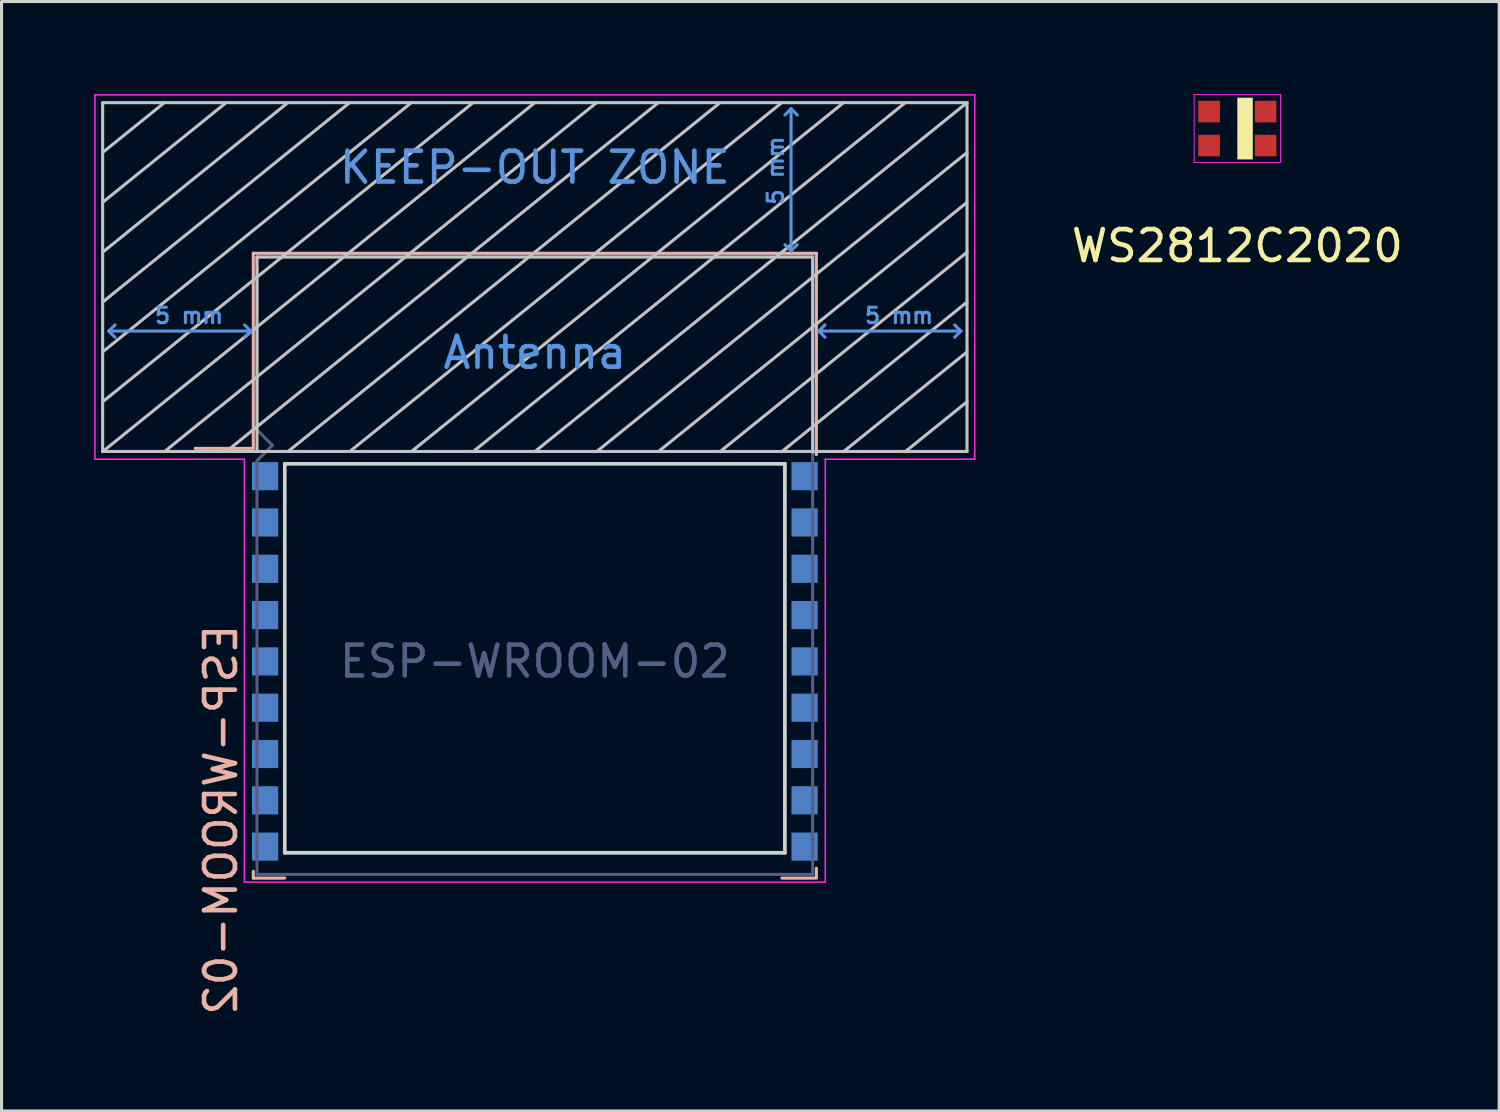
<source format=kicad_pcb>
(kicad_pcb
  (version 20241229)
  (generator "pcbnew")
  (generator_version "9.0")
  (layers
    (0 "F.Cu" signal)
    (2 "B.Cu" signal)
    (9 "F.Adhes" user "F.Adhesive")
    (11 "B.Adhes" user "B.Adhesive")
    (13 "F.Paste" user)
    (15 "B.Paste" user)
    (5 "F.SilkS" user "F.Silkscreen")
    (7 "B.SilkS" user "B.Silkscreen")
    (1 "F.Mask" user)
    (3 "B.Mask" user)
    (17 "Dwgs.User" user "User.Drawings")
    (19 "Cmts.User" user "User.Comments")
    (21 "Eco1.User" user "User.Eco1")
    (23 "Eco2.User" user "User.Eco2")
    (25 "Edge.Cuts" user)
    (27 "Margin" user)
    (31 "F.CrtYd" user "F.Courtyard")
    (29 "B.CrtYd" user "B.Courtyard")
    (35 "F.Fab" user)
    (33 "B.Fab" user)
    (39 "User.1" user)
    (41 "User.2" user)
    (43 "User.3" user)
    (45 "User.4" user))
  (footprint "WS2812C2020"
    (layer "F.Cu")
    (at 37.032 1.115)
    (property "Reference" "WS2812C2020" (at 0 3.8 0) (layer "F.SilkS") (effects (font (size 1 1) (thickness 0.15))))
    (attr through_hole)
    (fp_poly (pts (xy 0 -1) (xy 0.5 -1) (xy 0.5 1) (xy 0 1)) (stroke (width 0) (type solid)) (fill yes) (layer "F.SilkS"))
    (fp_line (start -1.4 -1.1) (end 1.4 -1.1) (stroke (width 0.03) (type solid)) (layer "F.CrtYd"))
    (fp_line (start -1.4 1.1) (end -1.4 -1.1) (stroke (width 0.03) (type solid)) (layer "F.CrtYd"))
    (fp_line (start 1.4 -1.1) (end 1.4 1.1) (stroke (width 0.03) (type solid)) (layer "F.CrtYd"))
    (fp_line (start 1.4 1.1) (end -1.4 1.1) (stroke (width 0.03) (type solid)) (layer "F.CrtYd"))
    (pad "1" smd rect (at 0.915 0.55) (size 0.7 0.7) (layers "F.Cu" "F.Mask" "F.Paste"))
    (pad "2" smd rect (at 0.915 -0.55) (size 0.7 0.7) (layers "F.Cu" "F.Mask" "F.Paste"))
    (pad "3" smd rect (at -0.915 -0.55) (size 0.7 0.7) (layers "F.Cu" "F.Mask" "F.Paste"))
    (pad "4" smd rect (at -0.915 0.55) (size 0.7 0.7) (layers "F.Cu" "F.Mask" "F.Paste")))
  (footprint "ESP-WROOM-02"
    (layer "F.Cu")
    (at 14.275 18.375)
    (property "Reference" "ESP-WROOM-02" (at -10.17 5.13 90) (layer "B.SilkS") (effects (font (size 1 1) (thickness 0.15)) (justify mirror)))
    (attr smd)
    (fp_line (start -9.12 -13.22) (end -9.12 -6.9) (stroke (width 0.1) (type solid)) (layer "B.SilkS"))
    (fp_line (start -9.12 -13.22) (end 9.12 -13.22) (stroke (width 0.1) (type solid)) (layer "B.SilkS"))
    (fp_line (start -9.12 -6.9) (end -11 -6.9) (stroke (width 0.1) (type solid)) (layer "B.SilkS"))
    (fp_line (start -9.12 6.8) (end -9.12 7.02) (stroke (width 0.1) (type solid)) (layer "B.SilkS"))
    (fp_line (start -9.12 7.02) (end -8.1 7.02) (stroke (width 0.1) (type solid)) (layer "B.SilkS"))
    (fp_line (start 8 7.02) (end 9.12 7.02) (stroke (width 0.1) (type solid)) (layer "B.SilkS"))
    (fp_line (start 9.12 -13.22) (end 9.12 -6.7) (stroke (width 0.1) (type solid)) (layer "B.SilkS"))
    (fp_line (start 9.12 6.7) (end 9.12 7) (stroke (width 0.1) (type solid)) (layer "B.SilkS"))
    (fp_line (start -14 -6.8) (end -14 -18.1) (stroke (width 0.1) (type solid)) (layer "Dwgs.User"))
    (fp_line (start -12 -18.1) (end -14 -16.485) (stroke (width 0.1) (type solid)) (layer "Dwgs.User"))
    (fp_line (start -10 -18.1) (end -14 -14.87) (stroke (width 0.1) (type solid)) (layer "Dwgs.User"))
    (fp_line (start -9 -13.1) (end 9 -13.1) (stroke (width 0.1) (type solid)) (layer "Dwgs.User"))
    (fp_line (start -9 -6.8) (end -9 -13.1) (stroke (width 0.1) (type solid)) (layer "Dwgs.User"))
    (fp_line (start -8 -18.1) (end -14 -13.255) (stroke (width 0.1) (type solid)) (layer "Dwgs.User"))
    (fp_line (start -8 -6.795) (end 6 -18.1) (stroke (width 0.1) (type solid)) (layer "Dwgs.User"))
    (fp_line (start -6 -18.1) (end -14 -11.64) (stroke (width 0.1) (type solid)) (layer "Dwgs.User"))
    (fp_line (start -4 -18.1) (end -14 -10.025) (stroke (width 0.1) (type solid)) (layer "Dwgs.User"))
    (fp_line (start -2 -18.1) (end -14 -8.41) (stroke (width 0.1) (type solid)) (layer "Dwgs.User"))
    (fp_line (start 0 -18.1) (end -14 -6.795) (stroke (width 0.1) (type solid)) (layer "Dwgs.User"))
    (fp_line (start 2 -18.1) (end -12 -6.795) (stroke (width 0.1) (type solid)) (layer "Dwgs.User"))
    (fp_line (start 4 -18.1) (end -10 -6.795) (stroke (width 0.1) (type solid)) (layer "Dwgs.User"))
    (fp_line (start 8 -18.1) (end -6 -6.795) (stroke (width 0.1) (type solid)) (layer "Dwgs.User"))
    (fp_line (start 9 -13.1) (end 9 -6.78) (stroke (width 0.1) (type solid)) (layer "Dwgs.User"))
    (fp_line (start 10 -18.1) (end -4 -6.795) (stroke (width 0.1) (type solid)) (layer "Dwgs.User"))
    (fp_line (start 12 -18.1) (end -2 -6.795) (stroke (width 0.1) (type solid)) (layer "Dwgs.User"))
    (fp_line (start 14 -18.1) (end -14 -18.1) (stroke (width 0.1) (type solid)) (layer "Dwgs.User"))
    (fp_line (start 14 -18.1) (end 0 -6.795) (stroke (width 0.1) (type solid)) (layer "Dwgs.User"))
    (fp_line (start 14 -16.485) (end 2 -6.795) (stroke (width 0.1) (type solid)) (layer "Dwgs.User"))
    (fp_line (start 14 -14.87) (end 4 -6.795) (stroke (width 0.1) (type solid)) (layer "Dwgs.User"))
    (fp_line (start 14 -13.255) (end 6 -6.795) (stroke (width 0.1) (type solid)) (layer "Dwgs.User"))
    (fp_line (start 14 -11.64) (end 8 -6.795) (stroke (width 0.1) (type solid)) (layer "Dwgs.User"))
    (fp_line (start 14 -10.025) (end 10 -6.795) (stroke (width 0.1) (type solid)) (layer "Dwgs.User"))
    (fp_line (start 14 -8.41) (end 12 -6.795) (stroke (width 0.1) (type solid)) (layer "Dwgs.User"))
    (fp_line (start 14 -6.8) (end -14 -6.8) (stroke (width 0.1) (type solid)) (layer "Dwgs.User"))
    (fp_line (start 14 -6.8) (end 14 -18.1) (stroke (width 0.1) (type solid)) (layer "Dwgs.User"))
    (fp_line (start -13.8 -10.7) (end -13.6 -10.9) (stroke (width 0.1) (type solid)) (layer "Cmts.User"))
    (fp_line (start -13.8 -10.7) (end -13.6 -10.5) (stroke (width 0.1) (type solid)) (layer "Cmts.User"))
    (fp_line (start -13.8 -10.7) (end -9.2 -10.7) (stroke (width 0.1) (type solid)) (layer "Cmts.User"))
    (fp_line (start -9.2 -10.7) (end -9.4 -10.9) (stroke (width 0.1) (type solid)) (layer "Cmts.User"))
    (fp_line (start -9.2 -10.7) (end -9.4 -10.5) (stroke (width 0.1) (type solid)) (layer "Cmts.User"))
    (fp_line (start 8.3 -17.9) (end 8.1 -17.7) (stroke (width 0.1) (type solid)) (layer "Cmts.User"))
    (fp_line (start 8.3 -17.9) (end 8.5 -17.7) (stroke (width 0.1) (type solid)) (layer "Cmts.User"))
    (fp_line (start 8.3 -13.3) (end 8.1 -13.5) (stroke (width 0.1) (type solid)) (layer "Cmts.User"))
    (fp_line (start 8.3 -13.3) (end 8.3 -17.9) (stroke (width 0.1) (type solid)) (layer "Cmts.User"))
    (fp_line (start 8.3 -13.3) (end 8.5 -13.5) (stroke (width 0.1) (type solid)) (layer "Cmts.User"))
    (fp_line (start 9.2 -10.7) (end 9.4 -10.9) (stroke (width 0.1) (type solid)) (layer "Cmts.User"))
    (fp_line (start 9.2 -10.7) (end 9.4 -10.5) (stroke (width 0.1) (type solid)) (layer "Cmts.User"))
    (fp_line (start 9.2 -10.7) (end 13.8 -10.7) (stroke (width 0.1) (type solid)) (layer "Cmts.User"))
    (fp_line (start 13.8 -10.7) (end 13.6 -10.9) (stroke (width 0.1) (type solid)) (layer "Cmts.User"))
    (fp_line (start 13.8 -10.7) (end 13.6 -10.5) (stroke (width 0.1) (type solid)) (layer "Cmts.User"))
    (fp_line (start -8.1 -6.4) (end 8.1 -6.4) (stroke (width 0.12) (type solid)) (layer "Edge.Cuts"))
    (fp_line (start -8.1 6.2) (end -8.1 -6.4) (stroke (width 0.12) (type solid)) (layer "Edge.Cuts"))
    (fp_line (start 8.1 -6.4) (end 8.1 6.2) (stroke (width 0.12) (type solid)) (layer "Edge.Cuts"))
    (fp_line (start 8.1 6.2) (end -8.1 6.2) (stroke (width 0.12) (type solid)) (layer "Edge.Cuts"))
    (fp_line (start -14.25 -18.35) (end -14.25 -6.55) (stroke (width 0.05) (type solid)) (layer "F.CrtYd"))
    (fp_line (start -14.25 -18.35) (end 14.25 -18.35) (stroke (width 0.05) (type solid)) (layer "F.CrtYd"))
    (fp_line (start -14.25 -6.55) (end -9.41 -6.55) (stroke (width 0.05) (type solid)) (layer "F.CrtYd"))
    (fp_line (start -9.41 7.15) (end -9.41 -6.55) (stroke (width 0.05) (type solid)) (layer "F.CrtYd"))
    (fp_line (start -9.41 7.15) (end 9.41 7.15) (stroke (width 0.05) (type solid)) (layer "F.CrtYd"))
    (fp_line (start 9.41 -6.55) (end 9.41 7.15) (stroke (width 0.05) (type solid)) (layer "F.CrtYd"))
    (fp_line (start 9.41 -6.55) (end 14.25 -6.55) (stroke (width 0.05) (type solid)) (layer "F.CrtYd"))
    (fp_line (start 14.25 -18.35) (end 14.25 -6.55) (stroke (width 0.05) (type solid)) (layer "F.CrtYd"))
    (fp_line (start -9 -13.1) (end -9 -7.5) (stroke (width 0.1) (type solid)) (layer "B.Fab"))
    (fp_line (start -9 -13.1) (end 9 -13.1) (stroke (width 0.1) (type solid)) (layer "B.Fab"))
    (fp_line (start -9 -7.5) (end -8.5 -7) (stroke (width 0.1) (type solid)) (layer "B.Fab"))
    (fp_line (start -9 -6.5) (end -9 6.9) (stroke (width 0.1) (type solid)) (layer "B.Fab"))
    (fp_line (start -9 6.9) (end 9 6.9) (stroke (width 0.1) (type solid)) (layer "B.Fab"))
    (fp_line (start -8.5 -7) (end -9 -6.5) (stroke (width 0.1) (type solid)) (layer "B.Fab"))
    (fp_line (start 9 6.9) (end 9 -13.1) (stroke (width 0.1) (type solid)) (layer "B.Fab"))
    (fp_text user "5 mm" (at 7.8 -15.9 90) (layer "Cmts.User") (effects (font (size 0.5 0.5) (thickness 0.1))))
    (fp_text user "5 mm" (at 11.8 -11.2 0) (layer "Cmts.User") (effects (font (size 0.5 0.5) (thickness 0.1))))
    (fp_text user "5 mm" (at -11.2 -11.2 0) (layer "Cmts.User") (effects (font (size 0.5 0.5) (thickness 0.1))))
    (fp_text user "Antenna" (at 0 -10 0) (layer "Cmts.User") (effects (font (size 1 1) (thickness 0.15))))
    (fp_text user "KEEP-OUT ZONE" (at 0 -16 0) (layer "Cmts.User") (effects (font (size 1 1) (thickness 0.15))))
    (fp_text user "${REFERENCE}" (at 0 0 0) (layer "B.Fab") (effects (font (size 1 1) (thickness 0.15))))
    (pad "1" smd rect (at -8.738 -6) (size 0.85 0.912) (layers "B.Cu" "B.Mask" "B.Paste"))
    (pad "2" smd rect (at -8.738 -4.5) (size 0.85 0.912) (layers "B.Cu" "B.Mask" "B.Paste"))
    (pad "3" smd rect (at -8.738 -3) (size 0.85 0.912) (layers "B.Cu" "B.Mask" "B.Paste"))
    (pad "4" smd rect (at -8.738 -1.5) (size 0.85 0.912) (layers "B.Cu" "B.Mask" "B.Paste"))
    (pad "5" smd rect (at -8.738 0) (size 0.85 0.912) (layers "B.Cu" "B.Mask" "B.Paste"))
    (pad "6" smd rect (at -8.738 1.5) (size 0.85 0.912) (layers "B.Cu" "B.Mask" "B.Paste"))
    (pad "7" smd rect (at -8.738 3) (size 0.85 0.912) (layers "B.Cu" "B.Mask" "B.Paste"))
    (pad "8" smd rect (at -8.738 4.5) (size 0.85 0.912) (layers "B.Cu" "B.Mask" "B.Paste"))
    (pad "9" smd rect (at -8.738 6) (size 0.85 0.912) (layers "B.Cu" "B.Mask" "B.Paste"))
    (pad "10" smd rect (at 8.738 6) (size 0.85 0.912) (layers "B.Cu" "B.Mask" "B.Paste"))
    (pad "11" smd rect (at 8.738 4.5) (size 0.85 0.912) (layers "B.Cu" "B.Mask" "B.Paste"))
    (pad "12" smd rect (at 8.738 3) (size 0.85 0.912) (layers "B.Cu" "B.Mask" "B.Paste"))
    (pad "13" smd rect (at 8.738 1.5) (size 0.85 0.912) (layers "B.Cu" "B.Mask" "B.Paste"))
    (pad "14" smd rect (at 8.738 0) (size 0.85 0.912) (layers "B.Cu" "B.Mask" "B.Paste"))
    (pad "15" smd rect (at 8.738 -1.5) (size 0.85 0.912) (layers "B.Cu" "B.Mask" "B.Paste"))
    (pad "16" smd rect (at 8.738 -3) (size 0.85 0.912) (layers "B.Cu" "B.Mask" "B.Paste"))
    (pad "17" smd rect (at 8.738 -4.5) (size 0.85 0.912) (layers "B.Cu" "B.Mask" "B.Paste"))
    (pad "18" smd rect (at 8.738 -6) (size 0.85 0.912) (layers "B.Cu" "B.Mask" "B.Paste")))
  (gr_rect
    (start -3 -3)
    (end 45.514 32.94)
    (stroke (width 0.1) (type default))
    (fill no)
    (layer "Edge.Cuts")))
</source>
